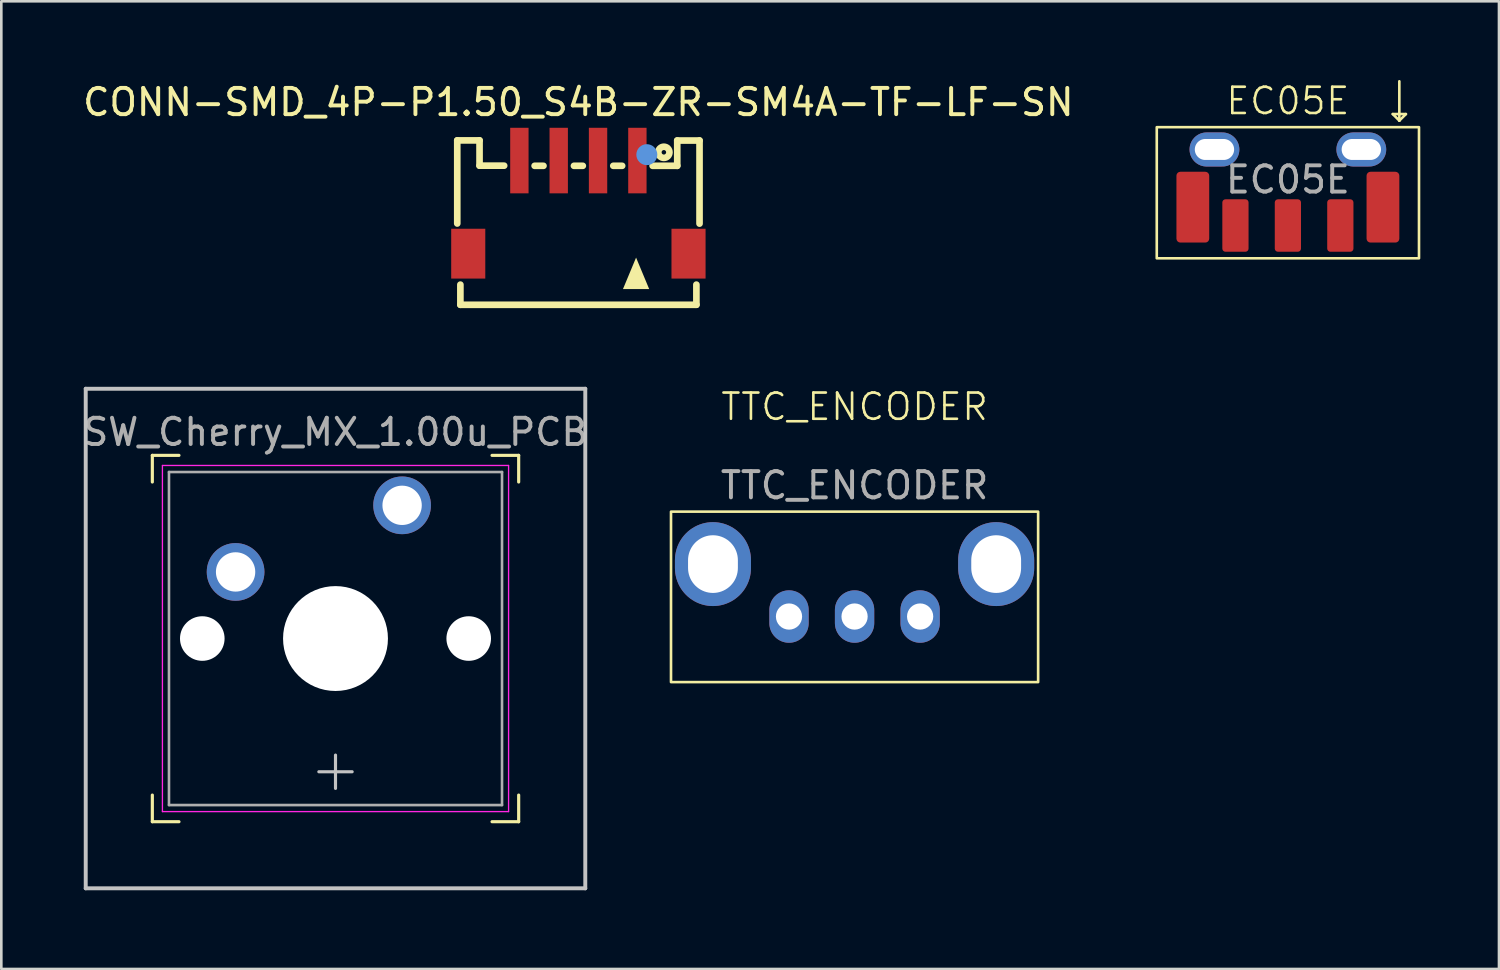
<source format=kicad_pcb>
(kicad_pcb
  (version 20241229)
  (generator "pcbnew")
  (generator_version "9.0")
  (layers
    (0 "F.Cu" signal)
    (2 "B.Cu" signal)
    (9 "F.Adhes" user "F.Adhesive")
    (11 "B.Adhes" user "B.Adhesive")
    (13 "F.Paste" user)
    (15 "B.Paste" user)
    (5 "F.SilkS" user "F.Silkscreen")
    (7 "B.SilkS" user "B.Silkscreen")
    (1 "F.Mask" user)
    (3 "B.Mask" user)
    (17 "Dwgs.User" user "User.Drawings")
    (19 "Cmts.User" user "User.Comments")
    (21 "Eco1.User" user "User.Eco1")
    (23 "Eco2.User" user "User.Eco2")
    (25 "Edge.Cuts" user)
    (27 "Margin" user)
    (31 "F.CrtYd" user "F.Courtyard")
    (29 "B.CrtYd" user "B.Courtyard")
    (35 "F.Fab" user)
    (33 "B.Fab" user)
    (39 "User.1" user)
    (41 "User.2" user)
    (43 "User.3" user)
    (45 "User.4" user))
  (footprint "CONN-SMD_4P-P1.50_S4B-ZR-SM4A-TF-LF-SN"
    (layer "F.Cu")
    (at 19.006 4.848)
    (property "Reference" "CONN-SMD_4P-P1.50_S4B-ZR-SM4A-TF-LF-SN" (at 0 -4 0) (layer "F.SilkS") (effects (font (size 1 1) (thickness 0.15))))
    (attr smd)
    (fp_line (start -4.619 -2.545) (end -4.619 0.625) (stroke (width 0.254) (type solid)) (layer "F.SilkS"))
    (fp_line (start -4.5 3.725) (end -4.5 2.956) (stroke (width 0.254) (type solid)) (layer "F.SilkS"))
    (fp_line (start -4.5 3.725) (end 4.5 3.725) (stroke (width 0.254) (type solid)) (layer "F.SilkS"))
    (fp_line (start -3.769 -2.545) (end -4.619 -2.545) (stroke (width 0.254) (type solid)) (layer "F.SilkS"))
    (fp_line (start -3.769 -1.58) (end -3.769 -2.545) (stroke (width 0.254) (type solid)) (layer "F.SilkS"))
    (fp_line (start -2.83 -1.58) (end -3.769 -1.58) (stroke (width 0.254) (type solid)) (layer "F.SilkS"))
    (fp_line (start -1.669 -1.575) (end -1.331 -1.575) (stroke (width 0.254) (type solid)) (layer "F.SilkS"))
    (fp_line (start -0.169 -1.575) (end 0.169 -1.575) (stroke (width 0.254) (type solid)) (layer "F.SilkS"))
    (fp_line (start 1.331 -1.575) (end 1.669 -1.575) (stroke (width 0.254) (type solid)) (layer "F.SilkS"))
    (fp_line (start 2.831 -1.575) (end 3.77 -1.575) (stroke (width 0.254) (type solid)) (layer "F.SilkS"))
    (fp_line (start 3.77 -2.54) (end 4.62 -2.54) (stroke (width 0.254) (type solid)) (layer "F.SilkS"))
    (fp_line (start 3.77 -1.575) (end 3.77 -2.54) (stroke (width 0.254) (type solid)) (layer "F.SilkS"))
    (fp_line (start 4.5 3.725) (end 4.5 2.956) (stroke (width 0.254) (type solid)) (layer "F.SilkS"))
    (fp_line (start 4.62 -2.54) (end 4.62 0.63) (stroke (width 0.254) (type solid)) (layer "F.SilkS"))
    (fp_circle (center 3.26 -2.09) (end 3.346 -2.09) (stroke (width 0.254) (type solid)) (fill no) (layer "F.SilkS"))
    (fp_poly (pts (xy 1.7 3.125) (xy 2.7 3.125) (xy 2.2 1.925)) (stroke (width 0) (type solid)) (fill yes) (layer "F.SilkS"))
    (fp_circle (center 2.61 -2) (end 2.81 -2) (stroke (width 0.4) (type solid)) (fill no) (layer "Cmts.User"))
    (pad "1" smd rect (at 2.25 -1.775) (size 0.7 2.5) (layers "F.Cu" "F.Mask" "F.Paste"))
    (pad "2" smd rect (at 0.75 -1.775) (size 0.7 2.5) (layers "F.Cu" "F.Mask" "F.Paste"))
    (pad "3" smd rect (at -0.75 -1.775) (size 0.7 2.5) (layers "F.Cu" "F.Mask" "F.Paste"))
    (pad "4" smd rect (at -2.25 -1.775) (size 0.7 2.5) (layers "F.Cu" "F.Mask" "F.Paste"))
    (pad "MP" smd rect (at -4.2 1.775) (size 1.3 1.9) (layers "F.Cu" "F.Mask" "F.Paste"))
    (pad "MP" smd rect (at 4.2 1.775) (size 1.3 1.9) (layers "F.Cu" "F.Mask" "F.Paste")))
  (footprint "EC05E"
    (layer "F.Cu")
    (at 46.062 2.55)
    (property "Reference" "EC05E" (at 0 -1.75 0) (unlocked yes) (layer "F.SilkS") (effects (font (size 1 1) (thickness 0.1))))
    (attr smd)
    (fp_line (start 4 -1.25) (end 4.5 -1.25) (stroke (width 0.1) (type default)) (layer "F.SilkS"))
    (fp_line (start 4.25 -2.5) (end 4.25 -1) (stroke (width 0.1) (type default)) (layer "F.SilkS"))
    (fp_line (start 4.25 -1) (end 4 -1.25) (stroke (width 0.1) (type default)) (layer "F.SilkS"))
    (fp_line (start 4.5 -1.25) (end 4.25 -1) (stroke (width 0.1) (type default)) (layer "F.SilkS"))
    (fp_rect (start -5 -0.75) (end 5 4.25) (stroke (width 0.1) (type default)) (fill no) (layer "F.SilkS"))
    (fp_text user "${REFERENCE}" (at 0 1.25 0) (unlocked yes) (layer "F.Fab") (effects (font (size 1 1) (thickness 0.15))))
    (pad "" thru_hole oval (at -2.8 0.1) (size 1.9 1.3) (drill oval 1.5 0.8) (layers "*.Cu" "*.Mask"))
    (pad "" thru_hole oval (at 2.8 0.1) (size 1.9 1.3) (drill oval 1.5 0.8) (layers "*.Cu" "*.Mask"))
    (pad "A" smd roundrect (at 2 3 180) (size 1 2) (layers "F.Cu" "F.Mask" "F.Paste") (roundrect_rratio 0.12))
    (pad "B" smd roundrect (at 0 3 180) (size 1 2) (layers "F.Cu" "F.Mask" "F.Paste") (roundrect_rratio 0.12))
    (pad "C" smd roundrect (at -2 3 180) (size 1 2) (layers "F.Cu" "F.Mask" "F.Paste") (roundrect_rratio 0.12))
    (pad "S1" smd roundrect (at -3.625 2.3 90) (size 2.7 1.25) (layers "F.Cu" "F.Mask" "F.Paste") (roundrect_rratio 0.12))
    (pad "S2" smd roundrect (at 3.625 2.3 90) (size 2.7 1.25) (layers "F.Cu" "F.Mask" "F.Paste") (roundrect_rratio 0.12)))
  (footprint "TTC_ENCODER"
    (layer "F.Cu")
    (at 29.538 20.461)
    (property "Reference" "TTC_ENCODER" (at 0 -8 0) (unlocked yes) (layer "F.SilkS") (effects (font (size 1 1) (thickness 0.1))))
    (attr through_hole)
    (fp_rect (start -7 -4) (end 7 2.5) (stroke (width 0.1) (type default)) (fill no) (layer "F.SilkS"))
    (fp_text user "${REFERENCE}" (at 0 -5 0) (unlocked yes) (layer "F.Fab") (effects (font (size 1 1) (thickness 0.15))))
    (pad "" thru_hole oval (at -5.4 -2) (size 2.9 3.2) (drill oval 1.9 2.2) (layers "*.Cu" "*.Mask"))
    (pad "" thru_hole oval (at 5.4 -2) (size 2.9 3.2) (drill oval 1.9 2.2) (layers "*.Cu" "*.Mask"))
    (pad "A" thru_hole oval (at -2.5 0) (size 1.5 2) (drill 1) (layers "*.Cu" "*.Mask"))
    (pad "B" thru_hole oval (at 0 0) (size 1.5 2) (drill 1) (layers "*.Cu" "*.Mask"))
    (pad "C" thru_hole oval (at 2.5 0) (size 1.5 2) (drill 1) (layers "*.Cu" "*.Mask")))
  (footprint "SW_Cherry_MX_1.00u_PCB"
    (layer "F.Cu")
    (at 9.744 21.3)
    (property "Reference" "SW_Cherry_MX_1.00u_PCB" (at 0 -7.874 0) (layer "F.Fab") (effects (font (size 1 1) (thickness 0.15))))
    (attr through_hole)
    (fp_line (start -6.985 -6.985) (end -5.969 -6.985) (stroke (width 0.12) (type solid)) (layer "F.SilkS"))
    (fp_line (start -6.985 -5.969) (end -6.985 -6.985) (stroke (width 0.12) (type solid)) (layer "F.SilkS"))
    (fp_line (start -6.985 6.985) (end -6.985 5.969) (stroke (width 0.12) (type solid)) (layer "F.SilkS"))
    (fp_line (start -5.969 6.985) (end -6.985 6.985) (stroke (width 0.12) (type solid)) (layer "F.SilkS"))
    (fp_line (start 5.969 -6.985) (end 6.985 -6.985) (stroke (width 0.12) (type solid)) (layer "F.SilkS"))
    (fp_line (start 6.985 -6.985) (end 6.985 -5.969) (stroke (width 0.12) (type solid)) (layer "F.SilkS"))
    (fp_line (start 6.985 5.969) (end 6.985 6.985) (stroke (width 0.12) (type solid)) (layer "F.SilkS"))
    (fp_line (start 6.985 6.985) (end 5.969 6.985) (stroke (width 0.12) (type solid)) (layer "F.SilkS"))
    (fp_line (start -9.525 -9.525) (end 9.525 -9.525) (stroke (width 0.15) (type solid)) (layer "Dwgs.User"))
    (fp_line (start -9.525 9.525) (end -9.525 -9.525) (stroke (width 0.15) (type solid)) (layer "Dwgs.User"))
    (fp_line (start -0.635 5.08) (end 0.635 5.08) (stroke (width 0.12) (type solid)) (layer "Dwgs.User"))
    (fp_line (start 0 4.445) (end 0 5.715) (stroke (width 0.12) (type solid)) (layer "Dwgs.User"))
    (fp_line (start 9.525 -9.525) (end 9.525 9.525) (stroke (width 0.15) (type solid)) (layer "Dwgs.User"))
    (fp_line (start 9.525 9.525) (end -9.525 9.525) (stroke (width 0.15) (type solid)) (layer "Dwgs.User"))
    (fp_line (start -6.6 -6.6) (end 6.6 -6.6) (stroke (width 0.05) (type solid)) (layer "F.CrtYd"))
    (fp_line (start -6.6 6.6) (end -6.6 -6.6) (stroke (width 0.05) (type solid)) (layer "F.CrtYd"))
    (fp_line (start 6.6 -6.6) (end 6.6 6.6) (stroke (width 0.05) (type solid)) (layer "F.CrtYd"))
    (fp_line (start 6.6 6.6) (end -6.6 6.6) (stroke (width 0.05) (type solid)) (layer "F.CrtYd"))
    (fp_line (start -6.35 -6.35) (end 6.35 -6.35) (stroke (width 0.1) (type solid)) (layer "F.Fab"))
    (fp_line (start -6.35 6.35) (end -6.35 -6.35) (stroke (width 0.1) (type solid)) (layer "F.Fab"))
    (fp_line (start 6.35 -6.35) (end 6.35 6.35) (stroke (width 0.1) (type solid)) (layer "F.Fab"))
    (fp_line (start 6.35 6.35) (end -6.35 6.35) (stroke (width 0.1) (type solid)) (layer "F.Fab"))
    (pad "" np_thru_hole circle (at -5.08 0) (size 1.7 1.7) (drill 1.7) (layers "*.Cu" "*.Mask"))
    (pad "" np_thru_hole circle (at 0 0) (size 4 4) (drill 4) (layers "*.Cu" "*.Mask"))
    (pad "" np_thru_hole circle (at 5.08 0) (size 1.7 1.7) (drill 1.7) (layers "*.Cu" "*.Mask"))
    (pad "1" thru_hole circle (at 2.54 -5.08) (size 2.2 2.2) (drill 1.5) (layers "*.Cu" "*.Mask"))
    (pad "2" thru_hole circle (at -3.81 -2.54) (size 2.2 2.2) (drill 1.5) (layers "*.Cu" "*.Mask")))
  (gr_rect
    (start -3 -3)
    (end 54.112 33.9)
    (stroke (width 0.1) (type default))
    (fill no)
    (layer "Edge.Cuts")))
</source>
